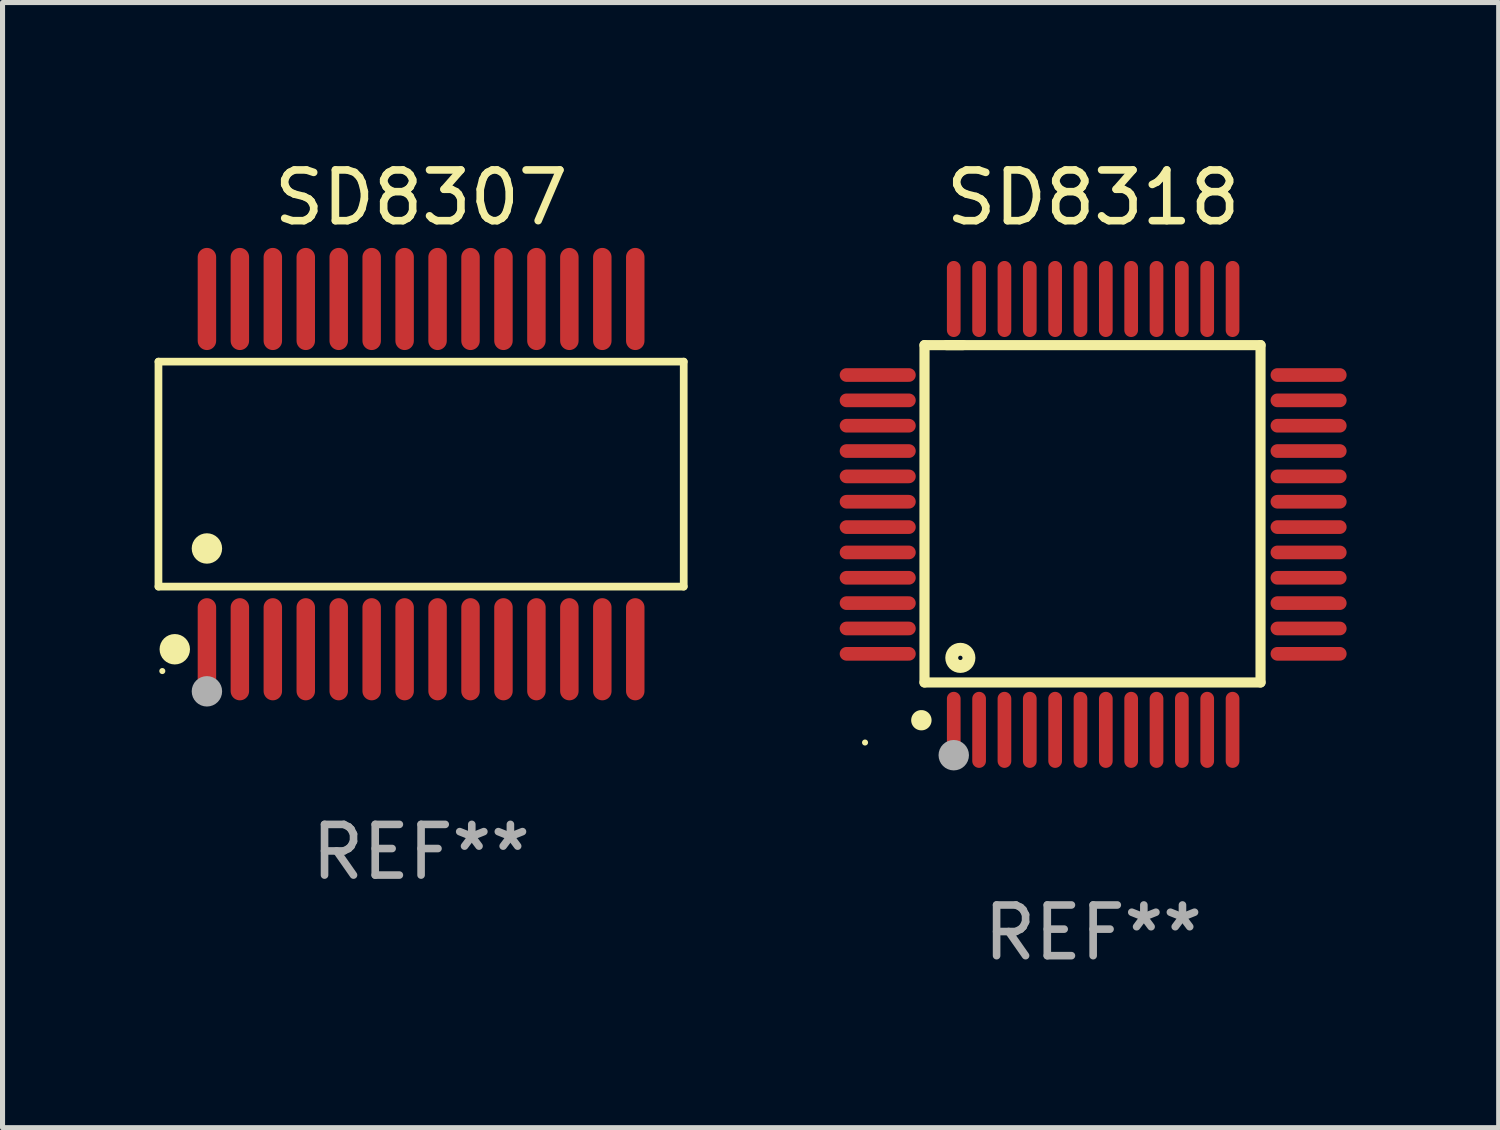
<source format=kicad_pcb>
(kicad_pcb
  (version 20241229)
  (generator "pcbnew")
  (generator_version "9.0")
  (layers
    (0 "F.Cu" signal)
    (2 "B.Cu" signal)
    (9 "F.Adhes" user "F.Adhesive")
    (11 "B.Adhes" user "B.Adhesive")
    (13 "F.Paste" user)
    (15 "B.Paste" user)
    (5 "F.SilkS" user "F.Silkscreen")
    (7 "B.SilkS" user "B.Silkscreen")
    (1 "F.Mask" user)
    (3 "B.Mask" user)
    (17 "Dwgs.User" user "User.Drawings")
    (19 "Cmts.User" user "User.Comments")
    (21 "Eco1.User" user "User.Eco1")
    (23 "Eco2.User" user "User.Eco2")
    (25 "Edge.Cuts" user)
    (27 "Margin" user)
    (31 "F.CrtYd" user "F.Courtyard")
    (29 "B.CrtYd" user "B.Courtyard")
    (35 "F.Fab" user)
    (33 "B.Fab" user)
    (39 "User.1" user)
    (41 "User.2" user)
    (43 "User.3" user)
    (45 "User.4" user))
  (footprint "SD8318"
    (layer "F.Cu")
    (at 18.515 7.098)
    (property "Reference" "SD8318" (at 0 -6.25 0) (layer "F.SilkS") (effects (font (size 1 1) (thickness 0.15))))
    (attr through_hole)
    (fp_line (start -3.327 -3.34) (end -2.565 -3.34) (stroke (width 0.2) (type solid)) (layer "F.SilkS"))
    (fp_line (start -3.327 3.315) (end -3.327 -3.34) (stroke (width 0.2) (type solid)) (layer "F.SilkS"))
    (fp_line (start -2.896 -3.34) (end 3.302 -3.34) (stroke (width 0.2) (type solid)) (layer "F.SilkS"))
    (fp_line (start 3.302 -3.34) (end 3.302 3.315) (stroke (width 0.2) (type solid)) (layer "F.SilkS"))
    (fp_line (start 3.302 3.315) (end -3.327 3.315) (stroke (width 0.2) (type solid)) (layer "F.SilkS"))
    (fp_arc (start -3.389992 4.059995) (mid -3.388722 4.059991) (end -3.387452 4.059995) (stroke (width 0.4) (type solid)) (layer "F.SilkS"))
    (fp_circle (center -4.5 4.5) (end -4.47 4.5) (stroke (width 0.06) (type solid)) (fill no) (layer "F.SilkS"))
    (fp_circle (center -2.62 2.83) (end -2.45 2.83) (stroke (width 0.254) (type solid)) (fill no) (layer "F.SilkS"))
    (fp_circle (center -2.75 4.75) (end -2.6 4.75) (stroke (width 0.3) (type solid)) (fill no) (layer "F.Fab"))
    (fp_text user "REF**" (at 0 8.25 0) (layer "F.Fab") (effects (font (size 1 1) (thickness 0.15))))
    (pad "1" smd oval (at -2.75 4.25) (size 0.27 1.5) (layers "F.Cu" "F.Mask" "F.Paste"))
    (pad "2" smd oval (at -2.25 4.25) (size 0.27 1.5) (layers "F.Cu" "F.Mask" "F.Paste"))
    (pad "3" smd oval (at -1.75 4.25) (size 0.27 1.5) (layers "F.Cu" "F.Mask" "F.Paste"))
    (pad "4" smd oval (at -1.25 4.25) (size 0.27 1.5) (layers "F.Cu" "F.Mask" "F.Paste"))
    (pad "5" smd oval (at -0.75 4.25) (size 0.27 1.5) (layers "F.Cu" "F.Mask" "F.Paste"))
    (pad "6" smd oval (at -0.25 4.25) (size 0.27 1.5) (layers "F.Cu" "F.Mask" "F.Paste"))
    (pad "7" smd oval (at 0.25 4.25) (size 0.27 1.5) (layers "F.Cu" "F.Mask" "F.Paste"))
    (pad "8" smd oval (at 0.75 4.25) (size 0.27 1.5) (layers "F.Cu" "F.Mask" "F.Paste"))
    (pad "9" smd oval (at 1.25 4.25) (size 0.27 1.5) (layers "F.Cu" "F.Mask" "F.Paste"))
    (pad "10" smd oval (at 1.75 4.25) (size 0.27 1.5) (layers "F.Cu" "F.Mask" "F.Paste"))
    (pad "11" smd oval (at 2.25 4.25) (size 0.27 1.5) (layers "F.Cu" "F.Mask" "F.Paste"))
    (pad "12" smd oval (at 2.75 4.25) (size 0.27 1.5) (layers "F.Cu" "F.Mask" "F.Paste"))
    (pad "13" smd oval (at 4.25 2.75) (size 1.5 0.27) (layers "F.Cu" "F.Mask" "F.Paste"))
    (pad "14" smd oval (at 4.25 2.25) (size 1.5 0.27) (layers "F.Cu" "F.Mask" "F.Paste"))
    (pad "15" smd oval (at 4.25 1.75) (size 1.5 0.27) (layers "F.Cu" "F.Mask" "F.Paste"))
    (pad "16" smd oval (at 4.25 1.25) (size 1.5 0.27) (layers "F.Cu" "F.Mask" "F.Paste"))
    (pad "17" smd oval (at 4.25 0.75) (size 1.5 0.27) (layers "F.Cu" "F.Mask" "F.Paste"))
    (pad "18" smd oval (at 4.25 0.25) (size 1.5 0.27) (layers "F.Cu" "F.Mask" "F.Paste"))
    (pad "19" smd oval (at 4.25 -0.25) (size 1.5 0.27) (layers "F.Cu" "F.Mask" "F.Paste"))
    (pad "20" smd oval (at 4.25 -0.75) (size 1.5 0.27) (layers "F.Cu" "F.Mask" "F.Paste"))
    (pad "21" smd oval (at 4.25 -1.25) (size 1.5 0.27) (layers "F.Cu" "F.Mask" "F.Paste"))
    (pad "22" smd oval (at 4.25 -1.75) (size 1.5 0.27) (layers "F.Cu" "F.Mask" "F.Paste"))
    (pad "23" smd oval (at 4.25 -2.25) (size 1.5 0.27) (layers "F.Cu" "F.Mask" "F.Paste"))
    (pad "24" smd oval (at 4.25 -2.75) (size 1.5 0.27) (layers "F.Cu" "F.Mask" "F.Paste"))
    (pad "25" smd oval (at 2.75 -4.25) (size 0.27 1.5) (layers "F.Cu" "F.Mask" "F.Paste"))
    (pad "26" smd oval (at 2.25 -4.25) (size 0.27 1.5) (layers "F.Cu" "F.Mask" "F.Paste"))
    (pad "27" smd oval (at 1.75 -4.25) (size 0.27 1.5) (layers "F.Cu" "F.Mask" "F.Paste"))
    (pad "28" smd oval (at 1.25 -4.25) (size 0.27 1.5) (layers "F.Cu" "F.Mask" "F.Paste"))
    (pad "29" smd oval (at 0.75 -4.25) (size 0.27 1.5) (layers "F.Cu" "F.Mask" "F.Paste"))
    (pad "30" smd oval (at 0.25 -4.25) (size 0.27 1.5) (layers "F.Cu" "F.Mask" "F.Paste"))
    (pad "31" smd oval (at -0.25 -4.25) (size 0.27 1.5) (layers "F.Cu" "F.Mask" "F.Paste"))
    (pad "32" smd oval (at -0.75 -4.25) (size 0.27 1.5) (layers "F.Cu" "F.Mask" "F.Paste"))
    (pad "33" smd oval (at -1.25 -4.25) (size 0.27 1.5) (layers "F.Cu" "F.Mask" "F.Paste"))
    (pad "34" smd oval (at -1.75 -4.25) (size 0.27 1.5) (layers "F.Cu" "F.Mask" "F.Paste"))
    (pad "35" smd oval (at -2.25 -4.25) (size 0.27 1.5) (layers "F.Cu" "F.Mask" "F.Paste"))
    (pad "36" smd oval (at -2.75 -4.25) (size 0.27 1.5) (layers "F.Cu" "F.Mask" "F.Paste"))
    (pad "37" smd oval (at -4.25 -2.75) (size 1.5 0.27) (layers "F.Cu" "F.Mask" "F.Paste"))
    (pad "38" smd oval (at -4.25 -2.25) (size 1.5 0.27) (layers "F.Cu" "F.Mask" "F.Paste"))
    (pad "39" smd oval (at -4.25 -1.75) (size 1.5 0.27) (layers "F.Cu" "F.Mask" "F.Paste"))
    (pad "40" smd oval (at -4.25 -1.25) (size 1.5 0.27) (layers "F.Cu" "F.Mask" "F.Paste"))
    (pad "41" smd oval (at -4.25 -0.75) (size 1.5 0.27) (layers "F.Cu" "F.Mask" "F.Paste"))
    (pad "42" smd oval (at -4.25 -0.25) (size 1.5 0.27) (layers "F.Cu" "F.Mask" "F.Paste"))
    (pad "43" smd oval (at -4.25 0.25) (size 1.5 0.27) (layers "F.Cu" "F.Mask" "F.Paste"))
    (pad "44" smd oval (at -4.25 0.75) (size 1.5 0.27) (layers "F.Cu" "F.Mask" "F.Paste"))
    (pad "45" smd oval (at -4.25 1.25) (size 1.5 0.27) (layers "F.Cu" "F.Mask" "F.Paste"))
    (pad "46" smd oval (at -4.25 1.75) (size 1.5 0.27) (layers "F.Cu" "F.Mask" "F.Paste"))
    (pad "47" smd oval (at -4.25 2.25) (size 1.5 0.27) (layers "F.Cu" "F.Mask" "F.Paste"))
    (pad "48" smd oval (at -4.25 2.75) (size 1.5 0.27) (layers "F.Cu" "F.Mask" "F.Paste")))
  (footprint "SD8307"
    (layer "F.Cu")
    (at 5.257 6.303)
    (property "Reference" "SD8307" (at 0 -5.455 0) (layer "F.SilkS") (effects (font (size 1 1) (thickness 0.15))))
    (attr through_hole)
    (fp_line (start -5.181 -2.219) (end 5.181 -2.219) (stroke (width 0.152) (type solid)) (layer "F.SilkS"))
    (fp_line (start -5.181 2.219) (end -5.181 -2.219) (stroke (width 0.152) (type solid)) (layer "F.SilkS"))
    (fp_line (start 5.181 -2.219) (end 5.181 2.219) (stroke (width 0.152) (type solid)) (layer "F.SilkS"))
    (fp_line (start 5.181 2.219) (end -5.181 2.219) (stroke (width 0.152) (type solid)) (layer "F.SilkS"))
    (fp_circle (center -5.105 3.885) (end -5.075 3.885) (stroke (width 0.06) (type solid)) (fill no) (layer "F.SilkS"))
    (fp_circle (center -4.859 3.455) (end -4.709 3.455) (stroke (width 0.3) (type solid)) (fill no) (layer "F.SilkS"))
    (fp_circle (center -4.225 1.467) (end -4.075 1.467) (stroke (width 0.3) (type solid)) (fill no) (layer "F.SilkS"))
    (fp_circle (center -4.225 4.285) (end -4.075 4.285) (stroke (width 0.3) (type solid)) (fill no) (layer "F.Fab"))
    (fp_text user "REF**" (at 0 7.455 0) (layer "F.Fab") (effects (font (size 1 1) (thickness 0.15))))
    (pad "1" smd oval (at -4.225 3.455) (size 0.364 2.015) (layers "F.Cu" "F.Mask" "F.Paste"))
    (pad "2" smd oval (at -3.575 3.455) (size 0.364 2.015) (layers "F.Cu" "F.Mask" "F.Paste"))
    (pad "3" smd oval (at -2.925 3.455) (size 0.364 2.015) (layers "F.Cu" "F.Mask" "F.Paste"))
    (pad "4" smd oval (at -2.275 3.455) (size 0.364 2.015) (layers "F.Cu" "F.Mask" "F.Paste"))
    (pad "5" smd oval (at -1.625 3.455) (size 0.364 2.015) (layers "F.Cu" "F.Mask" "F.Paste"))
    (pad "6" smd oval (at -0.975 3.455) (size 0.364 2.015) (layers "F.Cu" "F.Mask" "F.Paste"))
    (pad "7" smd oval (at -0.325 3.455) (size 0.364 2.015) (layers "F.Cu" "F.Mask" "F.Paste"))
    (pad "8" smd oval (at 0.325 3.455) (size 0.364 2.015) (layers "F.Cu" "F.Mask" "F.Paste"))
    (pad "9" smd oval (at 0.975 3.455) (size 0.364 2.015) (layers "F.Cu" "F.Mask" "F.Paste"))
    (pad "10" smd oval (at 1.625 3.455) (size 0.364 2.015) (layers "F.Cu" "F.Mask" "F.Paste"))
    (pad "11" smd oval (at 2.275 3.455) (size 0.364 2.015) (layers "F.Cu" "F.Mask" "F.Paste"))
    (pad "12" smd oval (at 2.925 3.455) (size 0.364 2.015) (layers "F.Cu" "F.Mask" "F.Paste"))
    (pad "13" smd oval (at 3.575 3.455) (size 0.364 2.015) (layers "F.Cu" "F.Mask" "F.Paste"))
    (pad "14" smd oval (at 4.225 3.455) (size 0.364 2.015) (layers "F.Cu" "F.Mask" "F.Paste"))
    (pad "15" smd oval (at 4.225 -3.455) (size 0.364 2.015) (layers "F.Cu" "F.Mask" "F.Paste"))
    (pad "16" smd oval (at 3.575 -3.455) (size 0.364 2.015) (layers "F.Cu" "F.Mask" "F.Paste"))
    (pad "17" smd oval (at 2.925 -3.455) (size 0.364 2.015) (layers "F.Cu" "F.Mask" "F.Paste"))
    (pad "18" smd oval (at 2.275 -3.455) (size 0.364 2.015) (layers "F.Cu" "F.Mask" "F.Paste"))
    (pad "19" smd oval (at 1.625 -3.455) (size 0.364 2.015) (layers "F.Cu" "F.Mask" "F.Paste"))
    (pad "20" smd oval (at 0.975 -3.455) (size 0.364 2.015) (layers "F.Cu" "F.Mask" "F.Paste"))
    (pad "21" smd oval (at 0.325 -3.455) (size 0.364 2.015) (layers "F.Cu" "F.Mask" "F.Paste"))
    (pad "22" smd oval (at -0.325 -3.455) (size 0.364 2.015) (layers "F.Cu" "F.Mask" "F.Paste"))
    (pad "23" smd oval (at -0.975 -3.455) (size 0.364 2.015) (layers "F.Cu" "F.Mask" "F.Paste"))
    (pad "24" smd oval (at -1.625 -3.455) (size 0.364 2.015) (layers "F.Cu" "F.Mask" "F.Paste"))
    (pad "25" smd oval (at -2.275 -3.455) (size 0.364 2.015) (layers "F.Cu" "F.Mask" "F.Paste"))
    (pad "26" smd oval (at -2.925 -3.455) (size 0.364 2.015) (layers "F.Cu" "F.Mask" "F.Paste"))
    (pad "27" smd oval (at -3.575 -3.455) (size 0.364 2.015) (layers "F.Cu" "F.Mask" "F.Paste"))
    (pad "28" smd oval (at -4.225 -3.455) (size 0.364 2.015) (layers "F.Cu" "F.Mask" "F.Paste")))
  (gr_rect
    (start -3 -3)
    (end 26.515 19.196)
    (stroke (width 0.1) (type default))
    (fill no)
    (layer "Edge.Cuts")))
</source>
